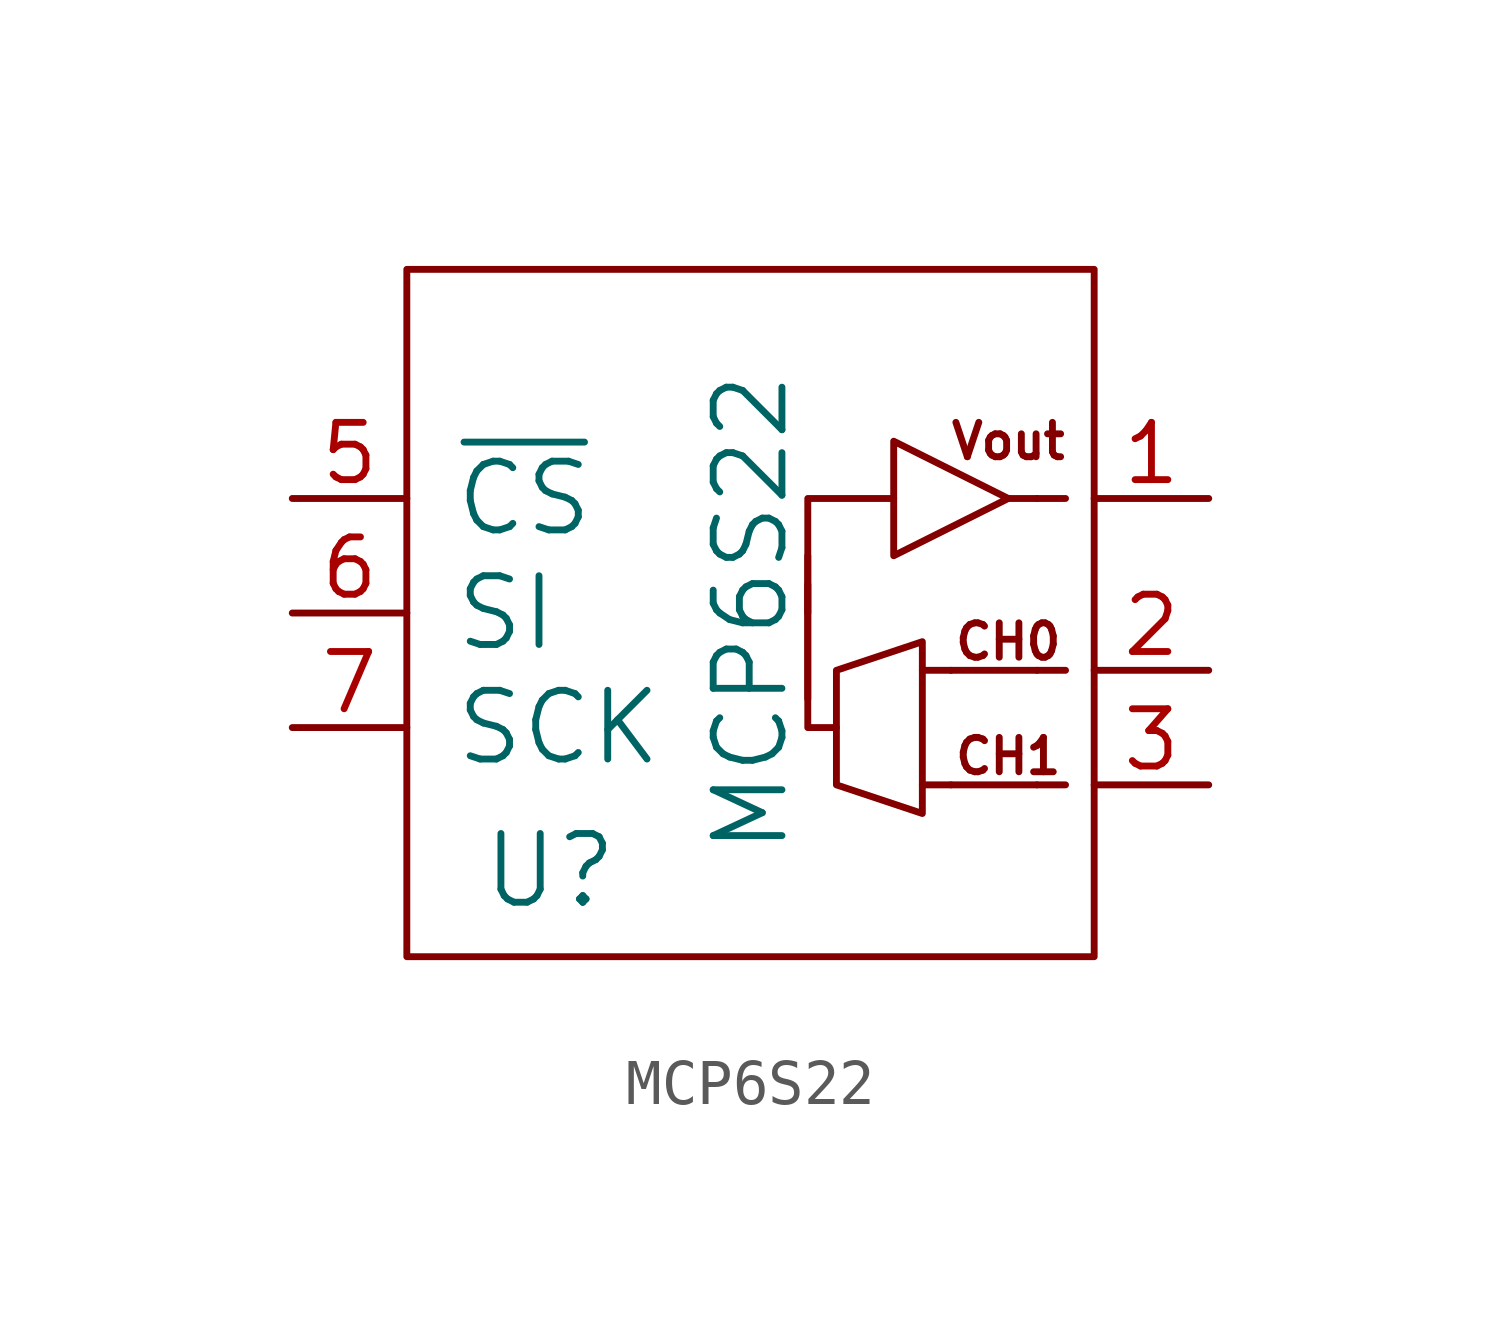
<source format=kicad_sym>
(kicad_symbol_lib
  (version 20231120)
  (generator "kicad_symbol_editor")
  (generator_version "8.0")
  (symbol "MCP6S22"
    (pin_names
      (offset 1.016))
    (property "Reference" "U"
      (at -4.445 -5.715 0)
      (effects (font (size 1.524 1.524))))
    (property "Value" "MCP6S22"
      (at 0 0 90)
      (effects (font (size 1.524 1.524))))
    (property "Footprint" ""
      (at 0 0 0)
      (effects (font (size 1.524 1.524))))
    (property "Datasheet" ""
      (at 0 0 0)
      (effects (font (size 1.524 1.524))))
    (symbol "MCP6S22_0_0"
      (rectangle (start -7.62 7.62) (end 7.62 -7.62) (stroke (width 0) (type default)) (fill (type none)))
      (polyline (pts (xy 1.27 0.635) (xy 1.27 0)) (stroke (width 0) (type default)) (fill (type none)))
      (polyline (pts (xy 4.445 -3.81) (xy 3.81 -3.81)) (stroke (width 0) (type default)) (fill (type none)))
      (polyline (pts (xy 4.445 -1.27) (xy 3.81 -1.27)) (stroke (width 0) (type default)) (fill (type none)))
      (polyline (pts (xy 5.715 2.54) (xy 6.35 2.54)) (stroke (width 0) (type default)) (fill (type none)))
      (polyline (pts (xy 6.35 -3.81) (xy 4.445 -3.81)) (stroke (width 0) (type default)) (fill (type none)))
      (polyline (pts (xy 6.35 -1.27) (xy 4.445 -1.27)) (stroke (width 0) (type default)) (fill (type none)))
      (polyline (pts (xy 6.35 -1.27) (xy 6.985 -1.27)) (stroke (width 0) (type default)) (fill (type none)))
      (polyline (pts (xy 6.35 2.54) (xy 6.985 2.54)) (stroke (width 0) (type default)) (fill (type none)))
      (polyline (pts (xy 6.985 -3.81) (xy 6.35 -3.81)) (stroke (width 0) (type default)) (fill (type none)))
      (polyline (pts (xy 1.27 -1.905) (xy 1.27 2.54) (xy 3.175 2.54)) (stroke (width 0) (type default)) (fill (type none)))
      (polyline (pts (xy 1.905 -2.54) (xy 1.27 -2.54) (xy 1.27 1.27)) (stroke (width 0) (type default)) (fill (type none)))
      (polyline (pts (xy 5.715 2.54) (xy 3.175 3.81) (xy 3.175 1.27) (xy 5.715 2.54)) (stroke (width 0) (type default)) (fill (type none)))
      (polyline (pts (xy 3.81 -0.635) (xy 3.81 -4.445) (xy 1.905 -3.81) (xy 1.905 -1.27) (xy 3.81 -0.635)) (stroke (width 0) (type default)) (fill (type none)))
      (text "CH0" (at 5.715 -0.635 0) (effects (font (size 0.762 0.762))))
      (text "CH1" (at 5.715 -3.175 0) (effects (font (size 0.762 0.762))))
      (text "Vout" (at 5.715 3.81 0) (effects (font (size 0.762 0.762)))))
    (symbol "MCP6S22_1_1"
      (pin passive line (at 10.16 2.54 180) (length 2.54) (name "~" (effects (font (size 1.524 1.524)))) (number "1" (effects (font (size 1.27 1.27)))))
      (pin passive line (at 10.16 -1.27 180) (length 2.54) (name "~" (effects (font (size 1.524 1.524)))) (number "2" (effects (font (size 1.27 1.27)))))
      (pin passive line (at 10.16 -3.81 180) (length 2.54) (name "~" (effects (font (size 1.524 1.524)))) (number "3" (effects (font (size 1.27 1.27)))))
      (pin power_in line (at 0 -7.62 90) (length 0) hide (name "GND" (effects (font (size 1.016 1.016)))) (number "4" (effects (font (size 1.27 1.27)))))
      (pin passive line (at -10.16 2.54 0) (length 2.54) (name "~{CS}" (effects (font (size 1.524 1.524)))) (number "5" (effects (font (size 1.27 1.27)))))
      (pin passive line (at -10.16 0 0) (length 2.54) (name "SI" (effects (font (size 1.524 1.524)))) (number "6" (effects (font (size 1.27 1.27)))))
      (pin passive line (at -10.16 -2.54 0) (length 2.54) (name "SCK" (effects (font (size 1.524 1.524)))) (number "7" (effects (font (size 1.27 1.27)))))
      (pin power_in line (at 0 7.62 270) (length 0) hide (name "Vcc" (effects (font (size 1.016 1.016)))) (number "8" (effects (font (size 1.27 1.27))))))))
</source>
